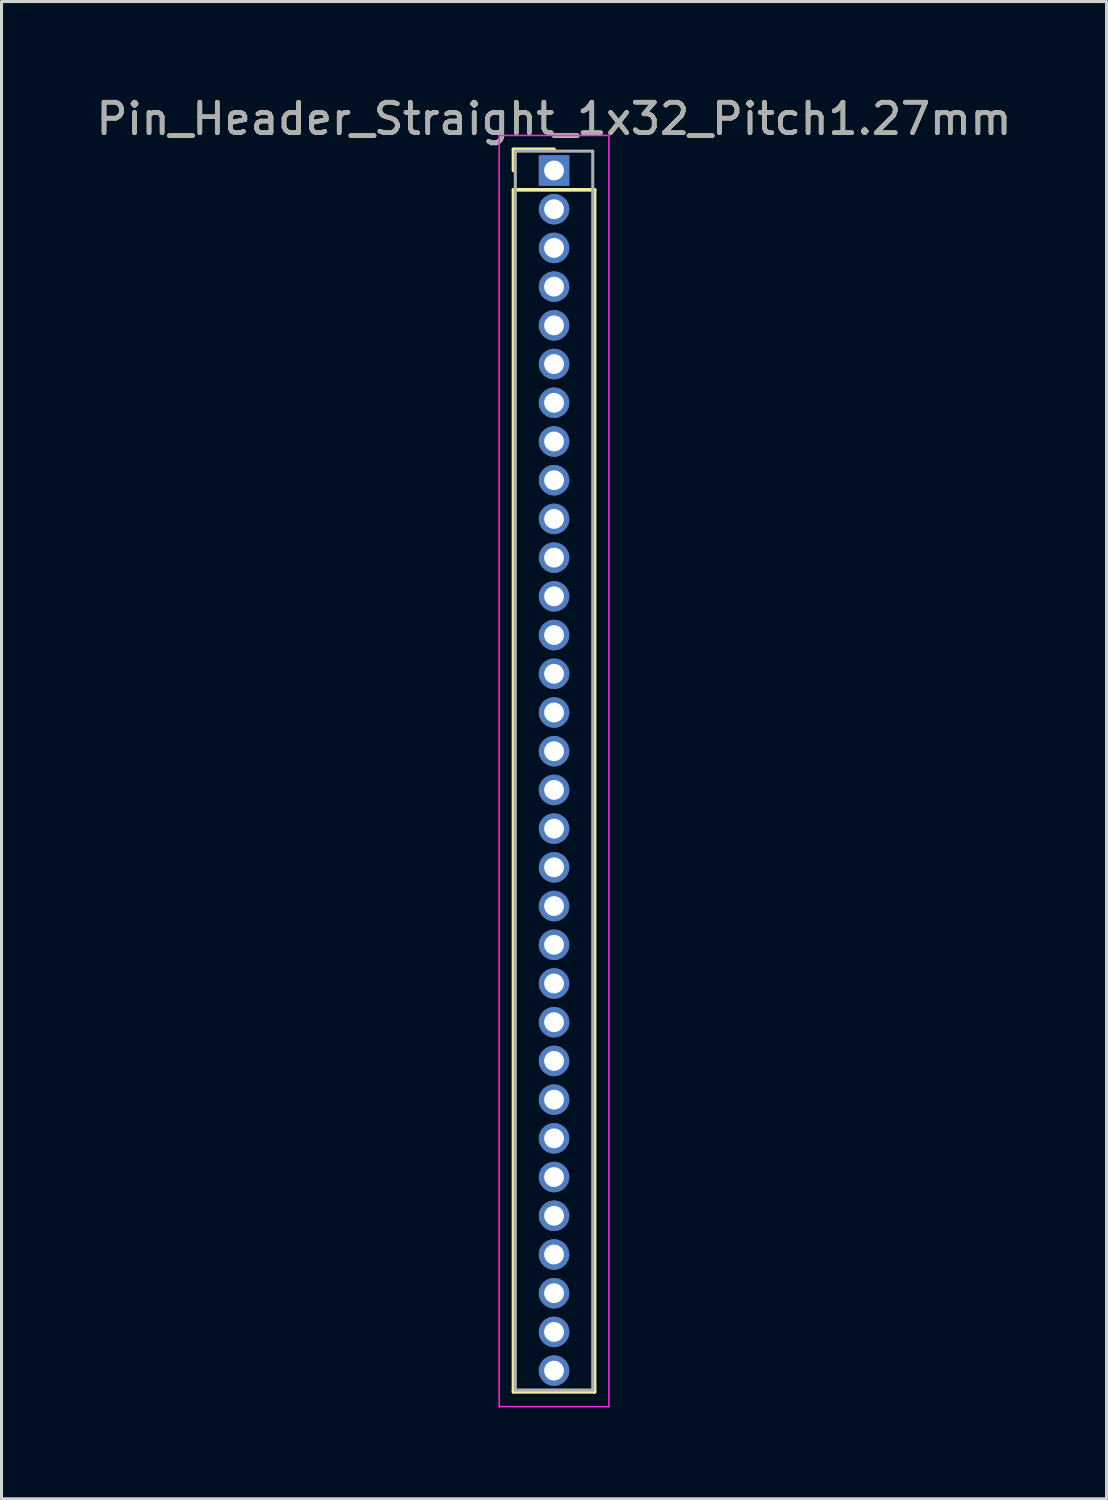
<source format=kicad_pcb>
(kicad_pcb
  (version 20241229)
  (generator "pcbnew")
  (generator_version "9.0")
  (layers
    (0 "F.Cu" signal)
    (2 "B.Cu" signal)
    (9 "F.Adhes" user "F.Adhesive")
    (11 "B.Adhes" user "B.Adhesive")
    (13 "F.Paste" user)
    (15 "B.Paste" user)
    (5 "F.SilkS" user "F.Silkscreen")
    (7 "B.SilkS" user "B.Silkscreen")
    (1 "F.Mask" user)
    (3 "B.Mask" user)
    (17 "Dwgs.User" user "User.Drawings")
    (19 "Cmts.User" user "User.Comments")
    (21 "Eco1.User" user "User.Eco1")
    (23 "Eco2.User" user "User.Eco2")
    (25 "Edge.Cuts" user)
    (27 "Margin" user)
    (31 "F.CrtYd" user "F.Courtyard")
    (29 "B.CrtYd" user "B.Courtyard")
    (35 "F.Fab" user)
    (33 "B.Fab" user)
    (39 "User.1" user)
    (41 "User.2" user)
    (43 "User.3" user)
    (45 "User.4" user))
  (footprint "Pin_Header_Straight_1x32_Pitch1.27mm"
    (layer "F.Cu")
    (at 15.125 2.543)
    (property "Reference" "Pin_Header_Straight_1x32_Pitch1.27mm" (at 0 -1.695 0) (layer "F.SilkS") (effects (font (size 1 1) (thickness 0.15))))
    (attr through_hole)
    (fp_line (start -1.33 -0.695) (end 0 -0.695) (stroke (width 0.12) (type solid)) (layer "F.SilkS"))
    (fp_line (start -1.33 0) (end -1.33 -0.695) (stroke (width 0.12) (type solid)) (layer "F.SilkS"))
    (fp_line (start -1.33 0.635) (end -1.33 40.065) (stroke (width 0.12) (type solid)) (layer "F.SilkS"))
    (fp_line (start -1.33 40.065) (end 1.33 40.065) (stroke (width 0.12) (type solid)) (layer "F.SilkS"))
    (fp_line (start 1.33 0.635) (end -1.33 0.635) (stroke (width 0.12) (type solid)) (layer "F.SilkS"))
    (fp_line (start 1.33 40.065) (end 1.33 0.635) (stroke (width 0.12) (type solid)) (layer "F.SilkS"))
    (fp_line (start -1.8 -1.15) (end -1.8 40.55) (stroke (width 0.05) (type solid)) (layer "F.CrtYd"))
    (fp_line (start -1.8 40.55) (end 1.8 40.55) (stroke (width 0.05) (type solid)) (layer "F.CrtYd"))
    (fp_line (start 1.8 -1.15) (end -1.8 -1.15) (stroke (width 0.05) (type solid)) (layer "F.CrtYd"))
    (fp_line (start 1.8 40.55) (end 1.8 -1.15) (stroke (width 0.05) (type solid)) (layer "F.CrtYd"))
    (fp_line (start -1.27 -0.635) (end -1.27 40.005) (stroke (width 0.1) (type solid)) (layer "F.Fab"))
    (fp_line (start -1.27 40.005) (end 1.27 40.005) (stroke (width 0.1) (type solid)) (layer "F.Fab"))
    (fp_line (start 1.27 -0.635) (end -1.27 -0.635) (stroke (width 0.1) (type solid)) (layer "F.Fab"))
    (fp_line (start 1.27 40.005) (end 1.27 -0.635) (stroke (width 0.1) (type solid)) (layer "F.Fab"))
    (fp_text user "${REFERENCE}" (at 0 -1.695 0) (layer "F.Fab") (effects (font (size 1 1) (thickness 0.15))))
    (pad "1" thru_hole rect (at 0 0) (size 1 1) (drill 0.65) (layers "*.Cu" "*.Mask"))
    (pad "2" thru_hole oval (at 0 1.27) (size 1 1) (drill 0.65) (layers "*.Cu" "*.Mask"))
    (pad "3" thru_hole oval (at 0 2.54) (size 1 1) (drill 0.65) (layers "*.Cu" "*.Mask"))
    (pad "4" thru_hole oval (at 0 3.81) (size 1 1) (drill 0.65) (layers "*.Cu" "*.Mask"))
    (pad "5" thru_hole oval (at 0 5.08) (size 1 1) (drill 0.65) (layers "*.Cu" "*.Mask"))
    (pad "6" thru_hole oval (at 0 6.35) (size 1 1) (drill 0.65) (layers "*.Cu" "*.Mask"))
    (pad "7" thru_hole oval (at 0 7.62) (size 1 1) (drill 0.65) (layers "*.Cu" "*.Mask"))
    (pad "8" thru_hole oval (at 0 8.89) (size 1 1) (drill 0.65) (layers "*.Cu" "*.Mask"))
    (pad "9" thru_hole oval (at 0 10.16) (size 1 1) (drill 0.65) (layers "*.Cu" "*.Mask"))
    (pad "10" thru_hole oval (at 0 11.43) (size 1 1) (drill 0.65) (layers "*.Cu" "*.Mask"))
    (pad "11" thru_hole oval (at 0 12.7) (size 1 1) (drill 0.65) (layers "*.Cu" "*.Mask"))
    (pad "12" thru_hole oval (at 0 13.97) (size 1 1) (drill 0.65) (layers "*.Cu" "*.Mask"))
    (pad "13" thru_hole oval (at 0 15.24) (size 1 1) (drill 0.65) (layers "*.Cu" "*.Mask"))
    (pad "14" thru_hole oval (at 0 16.51) (size 1 1) (drill 0.65) (layers "*.Cu" "*.Mask"))
    (pad "15" thru_hole oval (at 0 17.78) (size 1 1) (drill 0.65) (layers "*.Cu" "*.Mask"))
    (pad "16" thru_hole oval (at 0 19.05) (size 1 1) (drill 0.65) (layers "*.Cu" "*.Mask"))
    (pad "17" thru_hole oval (at 0 20.32) (size 1 1) (drill 0.65) (layers "*.Cu" "*.Mask"))
    (pad "18" thru_hole oval (at 0 21.59) (size 1 1) (drill 0.65) (layers "*.Cu" "*.Mask"))
    (pad "19" thru_hole oval (at 0 22.86) (size 1 1) (drill 0.65) (layers "*.Cu" "*.Mask"))
    (pad "20" thru_hole oval (at 0 24.13) (size 1 1) (drill 0.65) (layers "*.Cu" "*.Mask"))
    (pad "21" thru_hole oval (at 0 25.4) (size 1 1) (drill 0.65) (layers "*.Cu" "*.Mask"))
    (pad "22" thru_hole oval (at 0 26.67) (size 1 1) (drill 0.65) (layers "*.Cu" "*.Mask"))
    (pad "23" thru_hole oval (at 0 27.94) (size 1 1) (drill 0.65) (layers "*.Cu" "*.Mask"))
    (pad "24" thru_hole oval (at 0 29.21) (size 1 1) (drill 0.65) (layers "*.Cu" "*.Mask"))
    (pad "25" thru_hole oval (at 0 30.48) (size 1 1) (drill 0.65) (layers "*.Cu" "*.Mask"))
    (pad "26" thru_hole oval (at 0 31.75) (size 1 1) (drill 0.65) (layers "*.Cu" "*.Mask"))
    (pad "27" thru_hole oval (at 0 33.02) (size 1 1) (drill 0.65) (layers "*.Cu" "*.Mask"))
    (pad "28" thru_hole oval (at 0 34.29) (size 1 1) (drill 0.65) (layers "*.Cu" "*.Mask"))
    (pad "29" thru_hole oval (at 0 35.56) (size 1 1) (drill 0.65) (layers "*.Cu" "*.Mask"))
    (pad "30" thru_hole oval (at 0 36.83) (size 1 1) (drill 0.65) (layers "*.Cu" "*.Mask"))
    (pad "31" thru_hole oval (at 0 38.1) (size 1 1) (drill 0.65) (layers "*.Cu" "*.Mask"))
    (pad "32" thru_hole oval (at 0 39.37) (size 1 1) (drill 0.65) (layers "*.Cu" "*.Mask")))
  (gr_rect
    (start -3 -3)
    (end 33.25 46.118)
    (stroke (width 0.1) (type default))
    (fill no)
    (layer "Edge.Cuts")))
</source>
